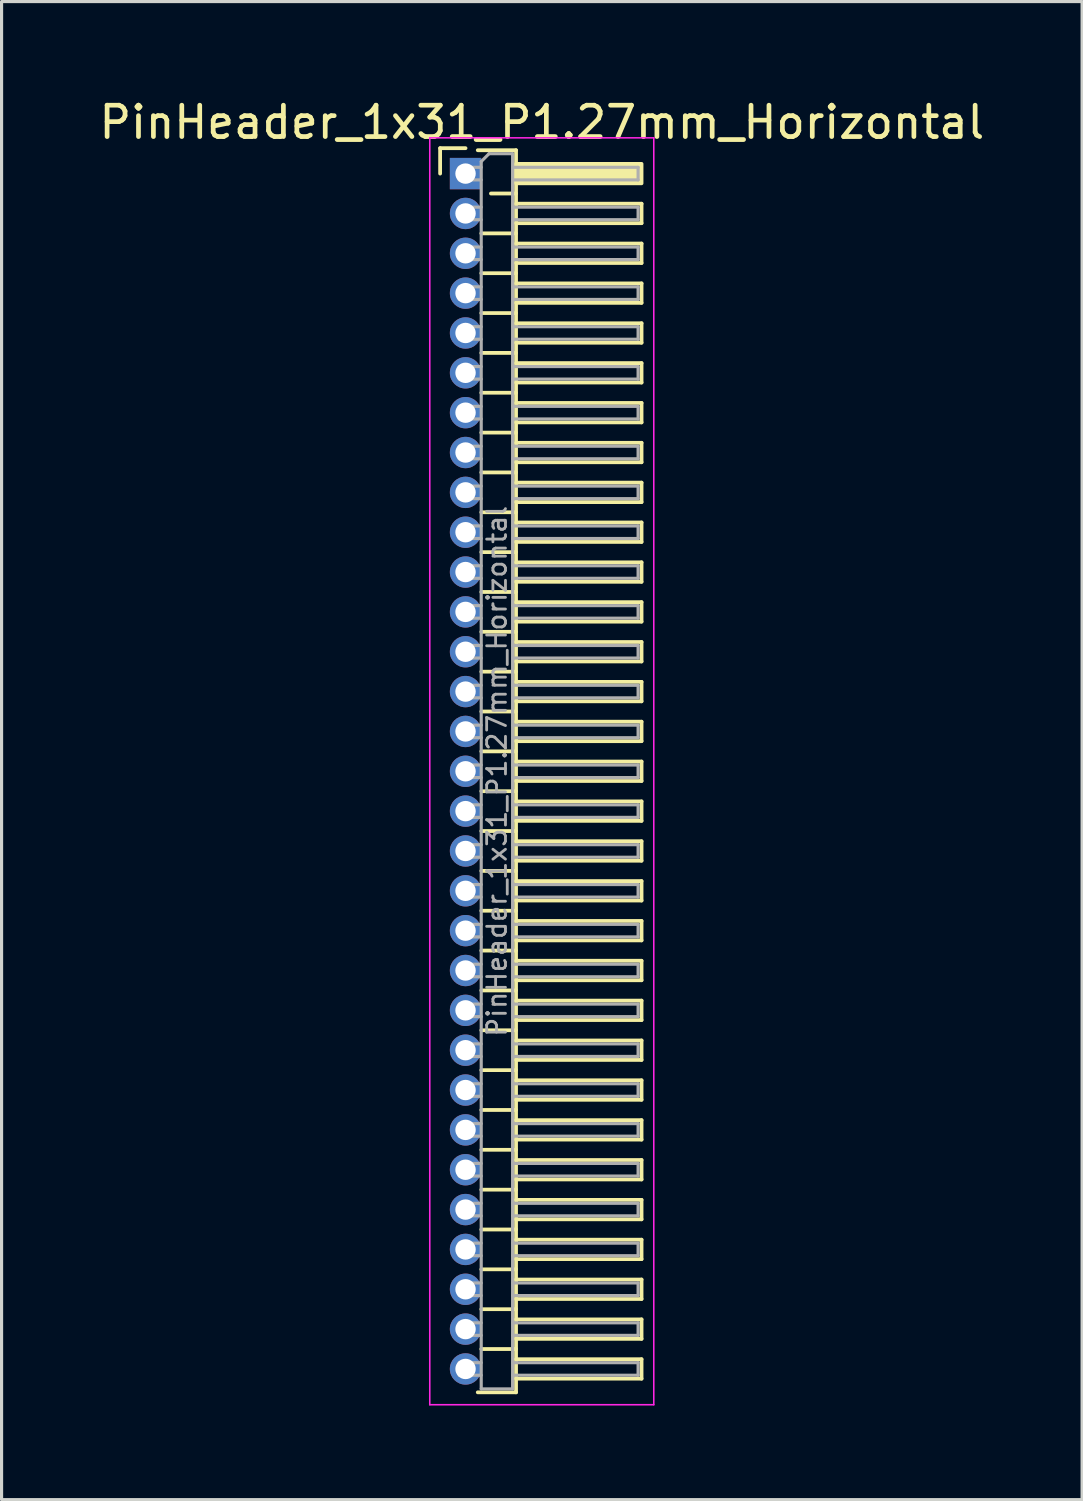
<source format=kicad_pcb>
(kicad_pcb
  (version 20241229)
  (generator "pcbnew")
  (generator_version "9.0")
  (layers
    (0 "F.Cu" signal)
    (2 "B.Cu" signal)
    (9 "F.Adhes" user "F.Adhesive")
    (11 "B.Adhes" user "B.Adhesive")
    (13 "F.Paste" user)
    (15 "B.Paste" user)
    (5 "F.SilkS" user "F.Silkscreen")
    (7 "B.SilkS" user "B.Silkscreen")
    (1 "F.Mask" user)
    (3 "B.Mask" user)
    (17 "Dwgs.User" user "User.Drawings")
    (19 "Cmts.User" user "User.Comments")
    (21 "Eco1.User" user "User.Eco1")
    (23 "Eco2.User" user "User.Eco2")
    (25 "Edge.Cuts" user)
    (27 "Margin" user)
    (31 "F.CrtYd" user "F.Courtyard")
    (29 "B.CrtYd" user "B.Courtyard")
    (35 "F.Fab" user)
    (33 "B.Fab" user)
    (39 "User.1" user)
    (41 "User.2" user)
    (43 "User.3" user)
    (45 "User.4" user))
  (footprint "PinHeader_1x31_P1.27mm_Horizontal"
    (layer "F.Cu")
    (at 11.788 2.483)
    (property "Reference" "PinHeader_1x31_P1.27mm_Horizontal" (at 2.433 -1.635 0) (layer "F.SilkS") (effects (font (size 1 1) (thickness 0.15))))
    (attr through_hole)
    (fp_line (start -0.81 -0.81) (end 0 -0.81) (stroke (width 0.12) (type solid)) (layer "F.SilkS"))
    (fp_line (start -0.81 0) (end -0.81 -0.81) (stroke (width 0.12) (type solid)) (layer "F.SilkS"))
    (fp_line (start 0.39 -0.745) (end 1.61 -0.745) (stroke (width 0.12) (type solid)) (layer "F.SilkS"))
    (fp_line (start 0.503 1.905) (end 1.61 1.905) (stroke (width 0.12) (type solid)) (layer "F.SilkS"))
    (fp_line (start 0.503 3.175) (end 1.61 3.175) (stroke (width 0.12) (type solid)) (layer "F.SilkS"))
    (fp_line (start 0.503 4.445) (end 1.61 4.445) (stroke (width 0.12) (type solid)) (layer "F.SilkS"))
    (fp_line (start 0.503 5.715) (end 1.61 5.715) (stroke (width 0.12) (type solid)) (layer "F.SilkS"))
    (fp_line (start 0.503 6.985) (end 1.61 6.985) (stroke (width 0.12) (type solid)) (layer "F.SilkS"))
    (fp_line (start 0.503 8.255) (end 1.61 8.255) (stroke (width 0.12) (type solid)) (layer "F.SilkS"))
    (fp_line (start 0.503 9.525) (end 1.61 9.525) (stroke (width 0.12) (type solid)) (layer "F.SilkS"))
    (fp_line (start 0.503 10.795) (end 1.61 10.795) (stroke (width 0.12) (type solid)) (layer "F.SilkS"))
    (fp_line (start 0.503 12.065) (end 1.61 12.065) (stroke (width 0.12) (type solid)) (layer "F.SilkS"))
    (fp_line (start 0.503 13.335) (end 1.61 13.335) (stroke (width 0.12) (type solid)) (layer "F.SilkS"))
    (fp_line (start 0.503 14.605) (end 1.61 14.605) (stroke (width 0.12) (type solid)) (layer "F.SilkS"))
    (fp_line (start 0.503 15.875) (end 1.61 15.875) (stroke (width 0.12) (type solid)) (layer "F.SilkS"))
    (fp_line (start 0.503 17.145) (end 1.61 17.145) (stroke (width 0.12) (type solid)) (layer "F.SilkS"))
    (fp_line (start 0.503 18.415) (end 1.61 18.415) (stroke (width 0.12) (type solid)) (layer "F.SilkS"))
    (fp_line (start 0.503 19.685) (end 1.61 19.685) (stroke (width 0.12) (type solid)) (layer "F.SilkS"))
    (fp_line (start 0.503 20.955) (end 1.61 20.955) (stroke (width 0.12) (type solid)) (layer "F.SilkS"))
    (fp_line (start 0.503 22.225) (end 1.61 22.225) (stroke (width 0.12) (type solid)) (layer "F.SilkS"))
    (fp_line (start 0.503 23.495) (end 1.61 23.495) (stroke (width 0.12) (type solid)) (layer "F.SilkS"))
    (fp_line (start 0.503 24.765) (end 1.61 24.765) (stroke (width 0.12) (type solid)) (layer "F.SilkS"))
    (fp_line (start 0.503 26.035) (end 1.61 26.035) (stroke (width 0.12) (type solid)) (layer "F.SilkS"))
    (fp_line (start 0.503 27.305) (end 1.61 27.305) (stroke (width 0.12) (type solid)) (layer "F.SilkS"))
    (fp_line (start 0.503 28.575) (end 1.61 28.575) (stroke (width 0.12) (type solid)) (layer "F.SilkS"))
    (fp_line (start 0.503 29.845) (end 1.61 29.845) (stroke (width 0.12) (type solid)) (layer "F.SilkS"))
    (fp_line (start 0.503 31.115) (end 1.61 31.115) (stroke (width 0.12) (type solid)) (layer "F.SilkS"))
    (fp_line (start 0.503 32.385) (end 1.61 32.385) (stroke (width 0.12) (type solid)) (layer "F.SilkS"))
    (fp_line (start 0.503 33.655) (end 1.61 33.655) (stroke (width 0.12) (type solid)) (layer "F.SilkS"))
    (fp_line (start 0.503 34.925) (end 1.61 34.925) (stroke (width 0.12) (type solid)) (layer "F.SilkS"))
    (fp_line (start 0.503 36.195) (end 1.61 36.195) (stroke (width 0.12) (type solid)) (layer "F.SilkS"))
    (fp_line (start 0.503 37.465) (end 1.61 37.465) (stroke (width 0.12) (type solid)) (layer "F.SilkS"))
    (fp_line (start 0.81 0.635) (end 1.61 0.635) (stroke (width 0.12) (type solid)) (layer "F.SilkS"))
    (fp_line (start 1.61 -0.745) (end 1.61 38.845) (stroke (width 0.12) (type solid)) (layer "F.SilkS"))
    (fp_line (start 1.61 0.96) (end 5.61 0.96) (stroke (width 0.12) (type solid)) (layer "F.SilkS"))
    (fp_line (start 1.61 2.23) (end 5.61 2.23) (stroke (width 0.12) (type solid)) (layer "F.SilkS"))
    (fp_line (start 1.61 3.5) (end 5.61 3.5) (stroke (width 0.12) (type solid)) (layer "F.SilkS"))
    (fp_line (start 1.61 4.77) (end 5.61 4.77) (stroke (width 0.12) (type solid)) (layer "F.SilkS"))
    (fp_line (start 1.61 6.04) (end 5.61 6.04) (stroke (width 0.12) (type solid)) (layer "F.SilkS"))
    (fp_line (start 1.61 7.31) (end 5.61 7.31) (stroke (width 0.12) (type solid)) (layer "F.SilkS"))
    (fp_line (start 1.61 8.58) (end 5.61 8.58) (stroke (width 0.12) (type solid)) (layer "F.SilkS"))
    (fp_line (start 1.61 9.85) (end 5.61 9.85) (stroke (width 0.12) (type solid)) (layer "F.SilkS"))
    (fp_line (start 1.61 11.12) (end 5.61 11.12) (stroke (width 0.12) (type solid)) (layer "F.SilkS"))
    (fp_line (start 1.61 12.39) (end 5.61 12.39) (stroke (width 0.12) (type solid)) (layer "F.SilkS"))
    (fp_line (start 1.61 13.66) (end 5.61 13.66) (stroke (width 0.12) (type solid)) (layer "F.SilkS"))
    (fp_line (start 1.61 14.93) (end 5.61 14.93) (stroke (width 0.12) (type solid)) (layer "F.SilkS"))
    (fp_line (start 1.61 16.2) (end 5.61 16.2) (stroke (width 0.12) (type solid)) (layer "F.SilkS"))
    (fp_line (start 1.61 17.47) (end 5.61 17.47) (stroke (width 0.12) (type solid)) (layer "F.SilkS"))
    (fp_line (start 1.61 18.74) (end 5.61 18.74) (stroke (width 0.12) (type solid)) (layer "F.SilkS"))
    (fp_line (start 1.61 20.01) (end 5.61 20.01) (stroke (width 0.12) (type solid)) (layer "F.SilkS"))
    (fp_line (start 1.61 21.28) (end 5.61 21.28) (stroke (width 0.12) (type solid)) (layer "F.SilkS"))
    (fp_line (start 1.61 22.55) (end 5.61 22.55) (stroke (width 0.12) (type solid)) (layer "F.SilkS"))
    (fp_line (start 1.61 23.82) (end 5.61 23.82) (stroke (width 0.12) (type solid)) (layer "F.SilkS"))
    (fp_line (start 1.61 25.09) (end 5.61 25.09) (stroke (width 0.12) (type solid)) (layer "F.SilkS"))
    (fp_line (start 1.61 26.36) (end 5.61 26.36) (stroke (width 0.12) (type solid)) (layer "F.SilkS"))
    (fp_line (start 1.61 27.63) (end 5.61 27.63) (stroke (width 0.12) (type solid)) (layer "F.SilkS"))
    (fp_line (start 1.61 28.9) (end 5.61 28.9) (stroke (width 0.12) (type solid)) (layer "F.SilkS"))
    (fp_line (start 1.61 30.17) (end 5.61 30.17) (stroke (width 0.12) (type solid)) (layer "F.SilkS"))
    (fp_line (start 1.61 31.44) (end 5.61 31.44) (stroke (width 0.12) (type solid)) (layer "F.SilkS"))
    (fp_line (start 1.61 32.71) (end 5.61 32.71) (stroke (width 0.12) (type solid)) (layer "F.SilkS"))
    (fp_line (start 1.61 33.98) (end 5.61 33.98) (stroke (width 0.12) (type solid)) (layer "F.SilkS"))
    (fp_line (start 1.61 35.25) (end 5.61 35.25) (stroke (width 0.12) (type solid)) (layer "F.SilkS"))
    (fp_line (start 1.61 36.52) (end 5.61 36.52) (stroke (width 0.12) (type solid)) (layer "F.SilkS"))
    (fp_line (start 1.61 37.79) (end 5.61 37.79) (stroke (width 0.12) (type solid)) (layer "F.SilkS"))
    (fp_line (start 1.61 38.845) (end 0.39 38.845) (stroke (width 0.12) (type solid)) (layer "F.SilkS"))
    (fp_line (start 5.61 0.96) (end 5.61 1.58) (stroke (width 0.12) (type solid)) (layer "F.SilkS"))
    (fp_line (start 5.61 1.58) (end 1.61 1.58) (stroke (width 0.12) (type solid)) (layer "F.SilkS"))
    (fp_line (start 5.61 2.23) (end 5.61 2.85) (stroke (width 0.12) (type solid)) (layer "F.SilkS"))
    (fp_line (start 5.61 2.85) (end 1.61 2.85) (stroke (width 0.12) (type solid)) (layer "F.SilkS"))
    (fp_line (start 5.61 3.5) (end 5.61 4.12) (stroke (width 0.12) (type solid)) (layer "F.SilkS"))
    (fp_line (start 5.61 4.12) (end 1.61 4.12) (stroke (width 0.12) (type solid)) (layer "F.SilkS"))
    (fp_line (start 5.61 4.77) (end 5.61 5.39) (stroke (width 0.12) (type solid)) (layer "F.SilkS"))
    (fp_line (start 5.61 5.39) (end 1.61 5.39) (stroke (width 0.12) (type solid)) (layer "F.SilkS"))
    (fp_line (start 5.61 6.04) (end 5.61 6.66) (stroke (width 0.12) (type solid)) (layer "F.SilkS"))
    (fp_line (start 5.61 6.66) (end 1.61 6.66) (stroke (width 0.12) (type solid)) (layer "F.SilkS"))
    (fp_line (start 5.61 7.31) (end 5.61 7.93) (stroke (width 0.12) (type solid)) (layer "F.SilkS"))
    (fp_line (start 5.61 7.93) (end 1.61 7.93) (stroke (width 0.12) (type solid)) (layer "F.SilkS"))
    (fp_line (start 5.61 8.58) (end 5.61 9.2) (stroke (width 0.12) (type solid)) (layer "F.SilkS"))
    (fp_line (start 5.61 9.2) (end 1.61 9.2) (stroke (width 0.12) (type solid)) (layer "F.SilkS"))
    (fp_line (start 5.61 9.85) (end 5.61 10.47) (stroke (width 0.12) (type solid)) (layer "F.SilkS"))
    (fp_line (start 5.61 10.47) (end 1.61 10.47) (stroke (width 0.12) (type solid)) (layer "F.SilkS"))
    (fp_line (start 5.61 11.12) (end 5.61 11.74) (stroke (width 0.12) (type solid)) (layer "F.SilkS"))
    (fp_line (start 5.61 11.74) (end 1.61 11.74) (stroke (width 0.12) (type solid)) (layer "F.SilkS"))
    (fp_line (start 5.61 12.39) (end 5.61 13.01) (stroke (width 0.12) (type solid)) (layer "F.SilkS"))
    (fp_line (start 5.61 13.01) (end 1.61 13.01) (stroke (width 0.12) (type solid)) (layer "F.SilkS"))
    (fp_line (start 5.61 13.66) (end 5.61 14.28) (stroke (width 0.12) (type solid)) (layer "F.SilkS"))
    (fp_line (start 5.61 14.28) (end 1.61 14.28) (stroke (width 0.12) (type solid)) (layer "F.SilkS"))
    (fp_line (start 5.61 14.93) (end 5.61 15.55) (stroke (width 0.12) (type solid)) (layer "F.SilkS"))
    (fp_line (start 5.61 15.55) (end 1.61 15.55) (stroke (width 0.12) (type solid)) (layer "F.SilkS"))
    (fp_line (start 5.61 16.2) (end 5.61 16.82) (stroke (width 0.12) (type solid)) (layer "F.SilkS"))
    (fp_line (start 5.61 16.82) (end 1.61 16.82) (stroke (width 0.12) (type solid)) (layer "F.SilkS"))
    (fp_line (start 5.61 17.47) (end 5.61 18.09) (stroke (width 0.12) (type solid)) (layer "F.SilkS"))
    (fp_line (start 5.61 18.09) (end 1.61 18.09) (stroke (width 0.12) (type solid)) (layer "F.SilkS"))
    (fp_line (start 5.61 18.74) (end 5.61 19.36) (stroke (width 0.12) (type solid)) (layer "F.SilkS"))
    (fp_line (start 5.61 19.36) (end 1.61 19.36) (stroke (width 0.12) (type solid)) (layer "F.SilkS"))
    (fp_line (start 5.61 20.01) (end 5.61 20.63) (stroke (width 0.12) (type solid)) (layer "F.SilkS"))
    (fp_line (start 5.61 20.63) (end 1.61 20.63) (stroke (width 0.12) (type solid)) (layer "F.SilkS"))
    (fp_line (start 5.61 21.28) (end 5.61 21.9) (stroke (width 0.12) (type solid)) (layer "F.SilkS"))
    (fp_line (start 5.61 21.9) (end 1.61 21.9) (stroke (width 0.12) (type solid)) (layer "F.SilkS"))
    (fp_line (start 5.61 22.55) (end 5.61 23.17) (stroke (width 0.12) (type solid)) (layer "F.SilkS"))
    (fp_line (start 5.61 23.17) (end 1.61 23.17) (stroke (width 0.12) (type solid)) (layer "F.SilkS"))
    (fp_line (start 5.61 23.82) (end 5.61 24.44) (stroke (width 0.12) (type solid)) (layer "F.SilkS"))
    (fp_line (start 5.61 24.44) (end 1.61 24.44) (stroke (width 0.12) (type solid)) (layer "F.SilkS"))
    (fp_line (start 5.61 25.09) (end 5.61 25.71) (stroke (width 0.12) (type solid)) (layer "F.SilkS"))
    (fp_line (start 5.61 25.71) (end 1.61 25.71) (stroke (width 0.12) (type solid)) (layer "F.SilkS"))
    (fp_line (start 5.61 26.36) (end 5.61 26.98) (stroke (width 0.12) (type solid)) (layer "F.SilkS"))
    (fp_line (start 5.61 26.98) (end 1.61 26.98) (stroke (width 0.12) (type solid)) (layer "F.SilkS"))
    (fp_line (start 5.61 27.63) (end 5.61 28.25) (stroke (width 0.12) (type solid)) (layer "F.SilkS"))
    (fp_line (start 5.61 28.25) (end 1.61 28.25) (stroke (width 0.12) (type solid)) (layer "F.SilkS"))
    (fp_line (start 5.61 28.9) (end 5.61 29.52) (stroke (width 0.12) (type solid)) (layer "F.SilkS"))
    (fp_line (start 5.61 29.52) (end 1.61 29.52) (stroke (width 0.12) (type solid)) (layer "F.SilkS"))
    (fp_line (start 5.61 30.17) (end 5.61 30.79) (stroke (width 0.12) (type solid)) (layer "F.SilkS"))
    (fp_line (start 5.61 30.79) (end 1.61 30.79) (stroke (width 0.12) (type solid)) (layer "F.SilkS"))
    (fp_line (start 5.61 31.44) (end 5.61 32.06) (stroke (width 0.12) (type solid)) (layer "F.SilkS"))
    (fp_line (start 5.61 32.06) (end 1.61 32.06) (stroke (width 0.12) (type solid)) (layer "F.SilkS"))
    (fp_line (start 5.61 32.71) (end 5.61 33.33) (stroke (width 0.12) (type solid)) (layer "F.SilkS"))
    (fp_line (start 5.61 33.33) (end 1.61 33.33) (stroke (width 0.12) (type solid)) (layer "F.SilkS"))
    (fp_line (start 5.61 33.98) (end 5.61 34.6) (stroke (width 0.12) (type solid)) (layer "F.SilkS"))
    (fp_line (start 5.61 34.6) (end 1.61 34.6) (stroke (width 0.12) (type solid)) (layer "F.SilkS"))
    (fp_line (start 5.61 35.25) (end 5.61 35.87) (stroke (width 0.12) (type solid)) (layer "F.SilkS"))
    (fp_line (start 5.61 35.87) (end 1.61 35.87) (stroke (width 0.12) (type solid)) (layer "F.SilkS"))
    (fp_line (start 5.61 36.52) (end 5.61 37.14) (stroke (width 0.12) (type solid)) (layer "F.SilkS"))
    (fp_line (start 5.61 37.14) (end 1.61 37.14) (stroke (width 0.12) (type solid)) (layer "F.SilkS"))
    (fp_line (start 5.61 37.79) (end 5.61 38.41) (stroke (width 0.12) (type solid)) (layer "F.SilkS"))
    (fp_line (start 5.61 38.41) (end 1.61 38.41) (stroke (width 0.12) (type solid)) (layer "F.SilkS"))
    (fp_rect (start 1.61 -0.31) (end 5.61 0.31) (stroke (width 0.12) (type solid)) (fill yes) (layer "F.SilkS"))
    (fp_line (start -1.14 -1.14) (end -1.14 39.24) (stroke (width 0.05) (type solid)) (layer "F.CrtYd"))
    (fp_line (start -1.14 39.24) (end 6 39.24) (stroke (width 0.05) (type solid)) (layer "F.CrtYd"))
    (fp_line (start 6 -1.14) (end -1.14 -1.14) (stroke (width 0.05) (type solid)) (layer "F.CrtYd"))
    (fp_line (start 6 39.24) (end 6 -1.14) (stroke (width 0.05) (type solid)) (layer "F.CrtYd"))
    (fp_line (start -0.2 -0.2) (end -0.2 0.2) (stroke (width 0.1) (type solid)) (layer "F.Fab"))
    (fp_line (start -0.2 -0.2) (end 0.5 -0.2) (stroke (width 0.1) (type solid)) (layer "F.Fab"))
    (fp_line (start -0.2 0.2) (end 0.5 0.2) (stroke (width 0.1) (type solid)) (layer "F.Fab"))
    (fp_line (start -0.2 1.07) (end -0.2 1.47) (stroke (width 0.1) (type solid)) (layer "F.Fab"))
    (fp_line (start -0.2 1.07) (end 0.5 1.07) (stroke (width 0.1) (type solid)) (layer "F.Fab"))
    (fp_line (start -0.2 1.47) (end 0.5 1.47) (stroke (width 0.1) (type solid)) (layer "F.Fab"))
    (fp_line (start -0.2 2.34) (end -0.2 2.74) (stroke (width 0.1) (type solid)) (layer "F.Fab"))
    (fp_line (start -0.2 2.34) (end 0.5 2.34) (stroke (width 0.1) (type solid)) (layer "F.Fab"))
    (fp_line (start -0.2 2.74) (end 0.5 2.74) (stroke (width 0.1) (type solid)) (layer "F.Fab"))
    (fp_line (start -0.2 3.61) (end -0.2 4.01) (stroke (width 0.1) (type solid)) (layer "F.Fab"))
    (fp_line (start -0.2 3.61) (end 0.5 3.61) (stroke (width 0.1) (type solid)) (layer "F.Fab"))
    (fp_line (start -0.2 4.01) (end 0.5 4.01) (stroke (width 0.1) (type solid)) (layer "F.Fab"))
    (fp_line (start -0.2 4.88) (end -0.2 5.28) (stroke (width 0.1) (type solid)) (layer "F.Fab"))
    (fp_line (start -0.2 4.88) (end 0.5 4.88) (stroke (width 0.1) (type solid)) (layer "F.Fab"))
    (fp_line (start -0.2 5.28) (end 0.5 5.28) (stroke (width 0.1) (type solid)) (layer "F.Fab"))
    (fp_line (start -0.2 6.15) (end -0.2 6.55) (stroke (width 0.1) (type solid)) (layer "F.Fab"))
    (fp_line (start -0.2 6.15) (end 0.5 6.15) (stroke (width 0.1) (type solid)) (layer "F.Fab"))
    (fp_line (start -0.2 6.55) (end 0.5 6.55) (stroke (width 0.1) (type solid)) (layer "F.Fab"))
    (fp_line (start -0.2 7.42) (end -0.2 7.82) (stroke (width 0.1) (type solid)) (layer "F.Fab"))
    (fp_line (start -0.2 7.42) (end 0.5 7.42) (stroke (width 0.1) (type solid)) (layer "F.Fab"))
    (fp_line (start -0.2 7.82) (end 0.5 7.82) (stroke (width 0.1) (type solid)) (layer "F.Fab"))
    (fp_line (start -0.2 8.69) (end -0.2 9.09) (stroke (width 0.1) (type solid)) (layer "F.Fab"))
    (fp_line (start -0.2 8.69) (end 0.5 8.69) (stroke (width 0.1) (type solid)) (layer "F.Fab"))
    (fp_line (start -0.2 9.09) (end 0.5 9.09) (stroke (width 0.1) (type solid)) (layer "F.Fab"))
    (fp_line (start -0.2 9.96) (end -0.2 10.36) (stroke (width 0.1) (type solid)) (layer "F.Fab"))
    (fp_line (start -0.2 9.96) (end 0.5 9.96) (stroke (width 0.1) (type solid)) (layer "F.Fab"))
    (fp_line (start -0.2 10.36) (end 0.5 10.36) (stroke (width 0.1) (type solid)) (layer "F.Fab"))
    (fp_line (start -0.2 11.23) (end -0.2 11.63) (stroke (width 0.1) (type solid)) (layer "F.Fab"))
    (fp_line (start -0.2 11.23) (end 0.5 11.23) (stroke (width 0.1) (type solid)) (layer "F.Fab"))
    (fp_line (start -0.2 11.63) (end 0.5 11.63) (stroke (width 0.1) (type solid)) (layer "F.Fab"))
    (fp_line (start -0.2 12.5) (end -0.2 12.9) (stroke (width 0.1) (type solid)) (layer "F.Fab"))
    (fp_line (start -0.2 12.5) (end 0.5 12.5) (stroke (width 0.1) (type solid)) (layer "F.Fab"))
    (fp_line (start -0.2 12.9) (end 0.5 12.9) (stroke (width 0.1) (type solid)) (layer "F.Fab"))
    (fp_line (start -0.2 13.77) (end -0.2 14.17) (stroke (width 0.1) (type solid)) (layer "F.Fab"))
    (fp_line (start -0.2 13.77) (end 0.5 13.77) (stroke (width 0.1) (type solid)) (layer "F.Fab"))
    (fp_line (start -0.2 14.17) (end 0.5 14.17) (stroke (width 0.1) (type solid)) (layer "F.Fab"))
    (fp_line (start -0.2 15.04) (end -0.2 15.44) (stroke (width 0.1) (type solid)) (layer "F.Fab"))
    (fp_line (start -0.2 15.04) (end 0.5 15.04) (stroke (width 0.1) (type solid)) (layer "F.Fab"))
    (fp_line (start -0.2 15.44) (end 0.5 15.44) (stroke (width 0.1) (type solid)) (layer "F.Fab"))
    (fp_line (start -0.2 16.31) (end -0.2 16.71) (stroke (width 0.1) (type solid)) (layer "F.Fab"))
    (fp_line (start -0.2 16.31) (end 0.5 16.31) (stroke (width 0.1) (type solid)) (layer "F.Fab"))
    (fp_line (start -0.2 16.71) (end 0.5 16.71) (stroke (width 0.1) (type solid)) (layer "F.Fab"))
    (fp_line (start -0.2 17.58) (end -0.2 17.98) (stroke (width 0.1) (type solid)) (layer "F.Fab"))
    (fp_line (start -0.2 17.58) (end 0.5 17.58) (stroke (width 0.1) (type solid)) (layer "F.Fab"))
    (fp_line (start -0.2 17.98) (end 0.5 17.98) (stroke (width 0.1) (type solid)) (layer "F.Fab"))
    (fp_line (start -0.2 18.85) (end -0.2 19.25) (stroke (width 0.1) (type solid)) (layer "F.Fab"))
    (fp_line (start -0.2 18.85) (end 0.5 18.85) (stroke (width 0.1) (type solid)) (layer "F.Fab"))
    (fp_line (start -0.2 19.25) (end 0.5 19.25) (stroke (width 0.1) (type solid)) (layer "F.Fab"))
    (fp_line (start -0.2 20.12) (end -0.2 20.52) (stroke (width 0.1) (type solid)) (layer "F.Fab"))
    (fp_line (start -0.2 20.12) (end 0.5 20.12) (stroke (width 0.1) (type solid)) (layer "F.Fab"))
    (fp_line (start -0.2 20.52) (end 0.5 20.52) (stroke (width 0.1) (type solid)) (layer "F.Fab"))
    (fp_line (start -0.2 21.39) (end -0.2 21.79) (stroke (width 0.1) (type solid)) (layer "F.Fab"))
    (fp_line (start -0.2 21.39) (end 0.5 21.39) (stroke (width 0.1) (type solid)) (layer "F.Fab"))
    (fp_line (start -0.2 21.79) (end 0.5 21.79) (stroke (width 0.1) (type solid)) (layer "F.Fab"))
    (fp_line (start -0.2 22.66) (end -0.2 23.06) (stroke (width 0.1) (type solid)) (layer "F.Fab"))
    (fp_line (start -0.2 22.66) (end 0.5 22.66) (stroke (width 0.1) (type solid)) (layer "F.Fab"))
    (fp_line (start -0.2 23.06) (end 0.5 23.06) (stroke (width 0.1) (type solid)) (layer "F.Fab"))
    (fp_line (start -0.2 23.93) (end -0.2 24.33) (stroke (width 0.1) (type solid)) (layer "F.Fab"))
    (fp_line (start -0.2 23.93) (end 0.5 23.93) (stroke (width 0.1) (type solid)) (layer "F.Fab"))
    (fp_line (start -0.2 24.33) (end 0.5 24.33) (stroke (width 0.1) (type solid)) (layer "F.Fab"))
    (fp_line (start -0.2 25.2) (end -0.2 25.6) (stroke (width 0.1) (type solid)) (layer "F.Fab"))
    (fp_line (start -0.2 25.2) (end 0.5 25.2) (stroke (width 0.1) (type solid)) (layer "F.Fab"))
    (fp_line (start -0.2 25.6) (end 0.5 25.6) (stroke (width 0.1) (type solid)) (layer "F.Fab"))
    (fp_line (start -0.2 26.47) (end -0.2 26.87) (stroke (width 0.1) (type solid)) (layer "F.Fab"))
    (fp_line (start -0.2 26.47) (end 0.5 26.47) (stroke (width 0.1) (type solid)) (layer "F.Fab"))
    (fp_line (start -0.2 26.87) (end 0.5 26.87) (stroke (width 0.1) (type solid)) (layer "F.Fab"))
    (fp_line (start -0.2 27.74) (end -0.2 28.14) (stroke (width 0.1) (type solid)) (layer "F.Fab"))
    (fp_line (start -0.2 27.74) (end 0.5 27.74) (stroke (width 0.1) (type solid)) (layer "F.Fab"))
    (fp_line (start -0.2 28.14) (end 0.5 28.14) (stroke (width 0.1) (type solid)) (layer "F.Fab"))
    (fp_line (start -0.2 29.01) (end -0.2 29.41) (stroke (width 0.1) (type solid)) (layer "F.Fab"))
    (fp_line (start -0.2 29.01) (end 0.5 29.01) (stroke (width 0.1) (type solid)) (layer "F.Fab"))
    (fp_line (start -0.2 29.41) (end 0.5 29.41) (stroke (width 0.1) (type solid)) (layer "F.Fab"))
    (fp_line (start -0.2 30.28) (end -0.2 30.68) (stroke (width 0.1) (type solid)) (layer "F.Fab"))
    (fp_line (start -0.2 30.28) (end 0.5 30.28) (stroke (width 0.1) (type solid)) (layer "F.Fab"))
    (fp_line (start -0.2 30.68) (end 0.5 30.68) (stroke (width 0.1) (type solid)) (layer "F.Fab"))
    (fp_line (start -0.2 31.55) (end -0.2 31.95) (stroke (width 0.1) (type solid)) (layer "F.Fab"))
    (fp_line (start -0.2 31.55) (end 0.5 31.55) (stroke (width 0.1) (type solid)) (layer "F.Fab"))
    (fp_line (start -0.2 31.95) (end 0.5 31.95) (stroke (width 0.1) (type solid)) (layer "F.Fab"))
    (fp_line (start -0.2 32.82) (end -0.2 33.22) (stroke (width 0.1) (type solid)) (layer "F.Fab"))
    (fp_line (start -0.2 32.82) (end 0.5 32.82) (stroke (width 0.1) (type solid)) (layer "F.Fab"))
    (fp_line (start -0.2 33.22) (end 0.5 33.22) (stroke (width 0.1) (type solid)) (layer "F.Fab"))
    (fp_line (start -0.2 34.09) (end -0.2 34.49) (stroke (width 0.1) (type solid)) (layer "F.Fab"))
    (fp_line (start -0.2 34.09) (end 0.5 34.09) (stroke (width 0.1) (type solid)) (layer "F.Fab"))
    (fp_line (start -0.2 34.49) (end 0.5 34.49) (stroke (width 0.1) (type solid)) (layer "F.Fab"))
    (fp_line (start -0.2 35.36) (end -0.2 35.76) (stroke (width 0.1) (type solid)) (layer "F.Fab"))
    (fp_line (start -0.2 35.36) (end 0.5 35.36) (stroke (width 0.1) (type solid)) (layer "F.Fab"))
    (fp_line (start -0.2 35.76) (end 0.5 35.76) (stroke (width 0.1) (type solid)) (layer "F.Fab"))
    (fp_line (start -0.2 36.63) (end -0.2 37.03) (stroke (width 0.1) (type solid)) (layer "F.Fab"))
    (fp_line (start -0.2 36.63) (end 0.5 36.63) (stroke (width 0.1) (type solid)) (layer "F.Fab"))
    (fp_line (start -0.2 37.03) (end 0.5 37.03) (stroke (width 0.1) (type solid)) (layer "F.Fab"))
    (fp_line (start -0.2 37.9) (end -0.2 38.3) (stroke (width 0.1) (type solid)) (layer "F.Fab"))
    (fp_line (start -0.2 37.9) (end 0.5 37.9) (stroke (width 0.1) (type solid)) (layer "F.Fab"))
    (fp_line (start -0.2 38.3) (end 0.5 38.3) (stroke (width 0.1) (type solid)) (layer "F.Fab"))
    (fp_line (start 0.5 -0.385) (end 0.75 -0.635) (stroke (width 0.1) (type solid)) (layer "F.Fab"))
    (fp_line (start 0.5 38.735) (end 0.5 -0.385) (stroke (width 0.1) (type solid)) (layer "F.Fab"))
    (fp_line (start 0.75 -0.635) (end 1.5 -0.635) (stroke (width 0.1) (type solid)) (layer "F.Fab"))
    (fp_line (start 1.5 -0.635) (end 1.5 38.735) (stroke (width 0.1) (type solid)) (layer "F.Fab"))
    (fp_line (start 1.5 -0.2) (end 5.5 -0.2) (stroke (width 0.1) (type solid)) (layer "F.Fab"))
    (fp_line (start 1.5 0.2) (end 5.5 0.2) (stroke (width 0.1) (type solid)) (layer "F.Fab"))
    (fp_line (start 1.5 1.07) (end 5.5 1.07) (stroke (width 0.1) (type solid)) (layer "F.Fab"))
    (fp_line (start 1.5 1.47) (end 5.5 1.47) (stroke (width 0.1) (type solid)) (layer "F.Fab"))
    (fp_line (start 1.5 2.34) (end 5.5 2.34) (stroke (width 0.1) (type solid)) (layer "F.Fab"))
    (fp_line (start 1.5 2.74) (end 5.5 2.74) (stroke (width 0.1) (type solid)) (layer "F.Fab"))
    (fp_line (start 1.5 3.61) (end 5.5 3.61) (stroke (width 0.1) (type solid)) (layer "F.Fab"))
    (fp_line (start 1.5 4.01) (end 5.5 4.01) (stroke (width 0.1) (type solid)) (layer "F.Fab"))
    (fp_line (start 1.5 4.88) (end 5.5 4.88) (stroke (width 0.1) (type solid)) (layer "F.Fab"))
    (fp_line (start 1.5 5.28) (end 5.5 5.28) (stroke (width 0.1) (type solid)) (layer "F.Fab"))
    (fp_line (start 1.5 6.15) (end 5.5 6.15) (stroke (width 0.1) (type solid)) (layer "F.Fab"))
    (fp_line (start 1.5 6.55) (end 5.5 6.55) (stroke (width 0.1) (type solid)) (layer "F.Fab"))
    (fp_line (start 1.5 7.42) (end 5.5 7.42) (stroke (width 0.1) (type solid)) (layer "F.Fab"))
    (fp_line (start 1.5 7.82) (end 5.5 7.82) (stroke (width 0.1) (type solid)) (layer "F.Fab"))
    (fp_line (start 1.5 8.69) (end 5.5 8.69) (stroke (width 0.1) (type solid)) (layer "F.Fab"))
    (fp_line (start 1.5 9.09) (end 5.5 9.09) (stroke (width 0.1) (type solid)) (layer "F.Fab"))
    (fp_line (start 1.5 9.96) (end 5.5 9.96) (stroke (width 0.1) (type solid)) (layer "F.Fab"))
    (fp_line (start 1.5 10.36) (end 5.5 10.36) (stroke (width 0.1) (type solid)) (layer "F.Fab"))
    (fp_line (start 1.5 11.23) (end 5.5 11.23) (stroke (width 0.1) (type solid)) (layer "F.Fab"))
    (fp_line (start 1.5 11.63) (end 5.5 11.63) (stroke (width 0.1) (type solid)) (layer "F.Fab"))
    (fp_line (start 1.5 12.5) (end 5.5 12.5) (stroke (width 0.1) (type solid)) (layer "F.Fab"))
    (fp_line (start 1.5 12.9) (end 5.5 12.9) (stroke (width 0.1) (type solid)) (layer "F.Fab"))
    (fp_line (start 1.5 13.77) (end 5.5 13.77) (stroke (width 0.1) (type solid)) (layer "F.Fab"))
    (fp_line (start 1.5 14.17) (end 5.5 14.17) (stroke (width 0.1) (type solid)) (layer "F.Fab"))
    (fp_line (start 1.5 15.04) (end 5.5 15.04) (stroke (width 0.1) (type solid)) (layer "F.Fab"))
    (fp_line (start 1.5 15.44) (end 5.5 15.44) (stroke (width 0.1) (type solid)) (layer "F.Fab"))
    (fp_line (start 1.5 16.31) (end 5.5 16.31) (stroke (width 0.1) (type solid)) (layer "F.Fab"))
    (fp_line (start 1.5 16.71) (end 5.5 16.71) (stroke (width 0.1) (type solid)) (layer "F.Fab"))
    (fp_line (start 1.5 17.58) (end 5.5 17.58) (stroke (width 0.1) (type solid)) (layer "F.Fab"))
    (fp_line (start 1.5 17.98) (end 5.5 17.98) (stroke (width 0.1) (type solid)) (layer "F.Fab"))
    (fp_line (start 1.5 18.85) (end 5.5 18.85) (stroke (width 0.1) (type solid)) (layer "F.Fab"))
    (fp_line (start 1.5 19.25) (end 5.5 19.25) (stroke (width 0.1) (type solid)) (layer "F.Fab"))
    (fp_line (start 1.5 20.12) (end 5.5 20.12) (stroke (width 0.1) (type solid)) (layer "F.Fab"))
    (fp_line (start 1.5 20.52) (end 5.5 20.52) (stroke (width 0.1) (type solid)) (layer "F.Fab"))
    (fp_line (start 1.5 21.39) (end 5.5 21.39) (stroke (width 0.1) (type solid)) (layer "F.Fab"))
    (fp_line (start 1.5 21.79) (end 5.5 21.79) (stroke (width 0.1) (type solid)) (layer "F.Fab"))
    (fp_line (start 1.5 22.66) (end 5.5 22.66) (stroke (width 0.1) (type solid)) (layer "F.Fab"))
    (fp_line (start 1.5 23.06) (end 5.5 23.06) (stroke (width 0.1) (type solid)) (layer "F.Fab"))
    (fp_line (start 1.5 23.93) (end 5.5 23.93) (stroke (width 0.1) (type solid)) (layer "F.Fab"))
    (fp_line (start 1.5 24.33) (end 5.5 24.33) (stroke (width 0.1) (type solid)) (layer "F.Fab"))
    (fp_line (start 1.5 25.2) (end 5.5 25.2) (stroke (width 0.1) (type solid)) (layer "F.Fab"))
    (fp_line (start 1.5 25.6) (end 5.5 25.6) (stroke (width 0.1) (type solid)) (layer "F.Fab"))
    (fp_line (start 1.5 26.47) (end 5.5 26.47) (stroke (width 0.1) (type solid)) (layer "F.Fab"))
    (fp_line (start 1.5 26.87) (end 5.5 26.87) (stroke (width 0.1) (type solid)) (layer "F.Fab"))
    (fp_line (start 1.5 27.74) (end 5.5 27.74) (stroke (width 0.1) (type solid)) (layer "F.Fab"))
    (fp_line (start 1.5 28.14) (end 5.5 28.14) (stroke (width 0.1) (type solid)) (layer "F.Fab"))
    (fp_line (start 1.5 29.01) (end 5.5 29.01) (stroke (width 0.1) (type solid)) (layer "F.Fab"))
    (fp_line (start 1.5 29.41) (end 5.5 29.41) (stroke (width 0.1) (type solid)) (layer "F.Fab"))
    (fp_line (start 1.5 30.28) (end 5.5 30.28) (stroke (width 0.1) (type solid)) (layer "F.Fab"))
    (fp_line (start 1.5 30.68) (end 5.5 30.68) (stroke (width 0.1) (type solid)) (layer "F.Fab"))
    (fp_line (start 1.5 31.55) (end 5.5 31.55) (stroke (width 0.1) (type solid)) (layer "F.Fab"))
    (fp_line (start 1.5 31.95) (end 5.5 31.95) (stroke (width 0.1) (type solid)) (layer "F.Fab"))
    (fp_line (start 1.5 32.82) (end 5.5 32.82) (stroke (width 0.1) (type solid)) (layer "F.Fab"))
    (fp_line (start 1.5 33.22) (end 5.5 33.22) (stroke (width 0.1) (type solid)) (layer "F.Fab"))
    (fp_line (start 1.5 34.09) (end 5.5 34.09) (stroke (width 0.1) (type solid)) (layer "F.Fab"))
    (fp_line (start 1.5 34.49) (end 5.5 34.49) (stroke (width 0.1) (type solid)) (layer "F.Fab"))
    (fp_line (start 1.5 35.36) (end 5.5 35.36) (stroke (width 0.1) (type solid)) (layer "F.Fab"))
    (fp_line (start 1.5 35.76) (end 5.5 35.76) (stroke (width 0.1) (type solid)) (layer "F.Fab"))
    (fp_line (start 1.5 36.63) (end 5.5 36.63) (stroke (width 0.1) (type solid)) (layer "F.Fab"))
    (fp_line (start 1.5 37.03) (end 5.5 37.03) (stroke (width 0.1) (type solid)) (layer "F.Fab"))
    (fp_line (start 1.5 37.9) (end 5.5 37.9) (stroke (width 0.1) (type solid)) (layer "F.Fab"))
    (fp_line (start 1.5 38.3) (end 5.5 38.3) (stroke (width 0.1) (type solid)) (layer "F.Fab"))
    (fp_line (start 1.5 38.735) (end 0.5 38.735) (stroke (width 0.1) (type solid)) (layer "F.Fab"))
    (fp_line (start 5.5 -0.2) (end 5.5 0.2) (stroke (width 0.1) (type solid)) (layer "F.Fab"))
    (fp_line (start 5.5 1.07) (end 5.5 1.47) (stroke (width 0.1) (type solid)) (layer "F.Fab"))
    (fp_line (start 5.5 2.34) (end 5.5 2.74) (stroke (width 0.1) (type solid)) (layer "F.Fab"))
    (fp_line (start 5.5 3.61) (end 5.5 4.01) (stroke (width 0.1) (type solid)) (layer "F.Fab"))
    (fp_line (start 5.5 4.88) (end 5.5 5.28) (stroke (width 0.1) (type solid)) (layer "F.Fab"))
    (fp_line (start 5.5 6.15) (end 5.5 6.55) (stroke (width 0.1) (type solid)) (layer "F.Fab"))
    (fp_line (start 5.5 7.42) (end 5.5 7.82) (stroke (width 0.1) (type solid)) (layer "F.Fab"))
    (fp_line (start 5.5 8.69) (end 5.5 9.09) (stroke (width 0.1) (type solid)) (layer "F.Fab"))
    (fp_line (start 5.5 9.96) (end 5.5 10.36) (stroke (width 0.1) (type solid)) (layer "F.Fab"))
    (fp_line (start 5.5 11.23) (end 5.5 11.63) (stroke (width 0.1) (type solid)) (layer "F.Fab"))
    (fp_line (start 5.5 12.5) (end 5.5 12.9) (stroke (width 0.1) (type solid)) (layer "F.Fab"))
    (fp_line (start 5.5 13.77) (end 5.5 14.17) (stroke (width 0.1) (type solid)) (layer "F.Fab"))
    (fp_line (start 5.5 15.04) (end 5.5 15.44) (stroke (width 0.1) (type solid)) (layer "F.Fab"))
    (fp_line (start 5.5 16.31) (end 5.5 16.71) (stroke (width 0.1) (type solid)) (layer "F.Fab"))
    (fp_line (start 5.5 17.58) (end 5.5 17.98) (stroke (width 0.1) (type solid)) (layer "F.Fab"))
    (fp_line (start 5.5 18.85) (end 5.5 19.25) (stroke (width 0.1) (type solid)) (layer "F.Fab"))
    (fp_line (start 5.5 20.12) (end 5.5 20.52) (stroke (width 0.1) (type solid)) (layer "F.Fab"))
    (fp_line (start 5.5 21.39) (end 5.5 21.79) (stroke (width 0.1) (type solid)) (layer "F.Fab"))
    (fp_line (start 5.5 22.66) (end 5.5 23.06) (stroke (width 0.1) (type solid)) (layer "F.Fab"))
    (fp_line (start 5.5 23.93) (end 5.5 24.33) (stroke (width 0.1) (type solid)) (layer "F.Fab"))
    (fp_line (start 5.5 25.2) (end 5.5 25.6) (stroke (width 0.1) (type solid)) (layer "F.Fab"))
    (fp_line (start 5.5 26.47) (end 5.5 26.87) (stroke (width 0.1) (type solid)) (layer "F.Fab"))
    (fp_line (start 5.5 27.74) (end 5.5 28.14) (stroke (width 0.1) (type solid)) (layer "F.Fab"))
    (fp_line (start 5.5 29.01) (end 5.5 29.41) (stroke (width 0.1) (type solid)) (layer "F.Fab"))
    (fp_line (start 5.5 30.28) (end 5.5 30.68) (stroke (width 0.1) (type solid)) (layer "F.Fab"))
    (fp_line (start 5.5 31.55) (end 5.5 31.95) (stroke (width 0.1) (type solid)) (layer "F.Fab"))
    (fp_line (start 5.5 32.82) (end 5.5 33.22) (stroke (width 0.1) (type solid)) (layer "F.Fab"))
    (fp_line (start 5.5 34.09) (end 5.5 34.49) (stroke (width 0.1) (type solid)) (layer "F.Fab"))
    (fp_line (start 5.5 35.36) (end 5.5 35.76) (stroke (width 0.1) (type solid)) (layer "F.Fab"))
    (fp_line (start 5.5 36.63) (end 5.5 37.03) (stroke (width 0.1) (type solid)) (layer "F.Fab"))
    (fp_line (start 5.5 37.9) (end 5.5 38.3) (stroke (width 0.1) (type solid)) (layer "F.Fab"))
    (fp_text user "${REFERENCE}" (at 1 19.05 90) (layer "F.Fab") (effects (font (size 0.6 0.6) (thickness 0.09))))
    (pad "1" thru_hole rect (at 0 0) (size 1 1) (drill 0.65) (layers "*.Cu" "*.Mask"))
    (pad "2" thru_hole circle (at 0 1.27) (size 1 1) (drill 0.65) (layers "*.Cu" "*.Mask"))
    (pad "3" thru_hole circle (at 0 2.54) (size 1 1) (drill 0.65) (layers "*.Cu" "*.Mask"))
    (pad "4" thru_hole circle (at 0 3.81) (size 1 1) (drill 0.65) (layers "*.Cu" "*.Mask"))
    (pad "5" thru_hole circle (at 0 5.08) (size 1 1) (drill 0.65) (layers "*.Cu" "*.Mask"))
    (pad "6" thru_hole circle (at 0 6.35) (size 1 1) (drill 0.65) (layers "*.Cu" "*.Mask"))
    (pad "7" thru_hole circle (at 0 7.62) (size 1 1) (drill 0.65) (layers "*.Cu" "*.Mask"))
    (pad "8" thru_hole circle (at 0 8.89) (size 1 1) (drill 0.65) (layers "*.Cu" "*.Mask"))
    (pad "9" thru_hole circle (at 0 10.16) (size 1 1) (drill 0.65) (layers "*.Cu" "*.Mask"))
    (pad "10" thru_hole circle (at 0 11.43) (size 1 1) (drill 0.65) (layers "*.Cu" "*.Mask"))
    (pad "11" thru_hole circle (at 0 12.7) (size 1 1) (drill 0.65) (layers "*.Cu" "*.Mask"))
    (pad "12" thru_hole circle (at 0 13.97) (size 1 1) (drill 0.65) (layers "*.Cu" "*.Mask"))
    (pad "13" thru_hole circle (at 0 15.24) (size 1 1) (drill 0.65) (layers "*.Cu" "*.Mask"))
    (pad "14" thru_hole circle (at 0 16.51) (size 1 1) (drill 0.65) (layers "*.Cu" "*.Mask"))
    (pad "15" thru_hole circle (at 0 17.78) (size 1 1) (drill 0.65) (layers "*.Cu" "*.Mask"))
    (pad "16" thru_hole circle (at 0 19.05) (size 1 1) (drill 0.65) (layers "*.Cu" "*.Mask"))
    (pad "17" thru_hole circle (at 0 20.32) (size 1 1) (drill 0.65) (layers "*.Cu" "*.Mask"))
    (pad "18" thru_hole circle (at 0 21.59) (size 1 1) (drill 0.65) (layers "*.Cu" "*.Mask"))
    (pad "19" thru_hole circle (at 0 22.86) (size 1 1) (drill 0.65) (layers "*.Cu" "*.Mask"))
    (pad "20" thru_hole circle (at 0 24.13) (size 1 1) (drill 0.65) (layers "*.Cu" "*.Mask"))
    (pad "21" thru_hole circle (at 0 25.4) (size 1 1) (drill 0.65) (layers "*.Cu" "*.Mask"))
    (pad "22" thru_hole circle (at 0 26.67) (size 1 1) (drill 0.65) (layers "*.Cu" "*.Mask"))
    (pad "23" thru_hole circle (at 0 27.94) (size 1 1) (drill 0.65) (layers "*.Cu" "*.Mask"))
    (pad "24" thru_hole circle (at 0 29.21) (size 1 1) (drill 0.65) (layers "*.Cu" "*.Mask"))
    (pad "25" thru_hole circle (at 0 30.48) (size 1 1) (drill 0.65) (layers "*.Cu" "*.Mask"))
    (pad "26" thru_hole circle (at 0 31.75) (size 1 1) (drill 0.65) (layers "*.Cu" "*.Mask"))
    (pad "27" thru_hole circle (at 0 33.02) (size 1 1) (drill 0.65) (layers "*.Cu" "*.Mask"))
    (pad "28" thru_hole circle (at 0 34.29) (size 1 1) (drill 0.65) (layers "*.Cu" "*.Mask"))
    (pad "29" thru_hole circle (at 0 35.56) (size 1 1) (drill 0.65) (layers "*.Cu" "*.Mask"))
    (pad "30" thru_hole circle (at 0 36.83) (size 1 1) (drill 0.65) (layers "*.Cu" "*.Mask"))
    (pad "31" thru_hole circle (at 0 38.1) (size 1 1) (drill 0.65) (layers "*.Cu" "*.Mask")))
  (gr_rect
    (start -3 -3)
    (end 31.44 44.748)
    (stroke (width 0.1) (type default))
    (fill no)
    (layer "Edge.Cuts")))
</source>
